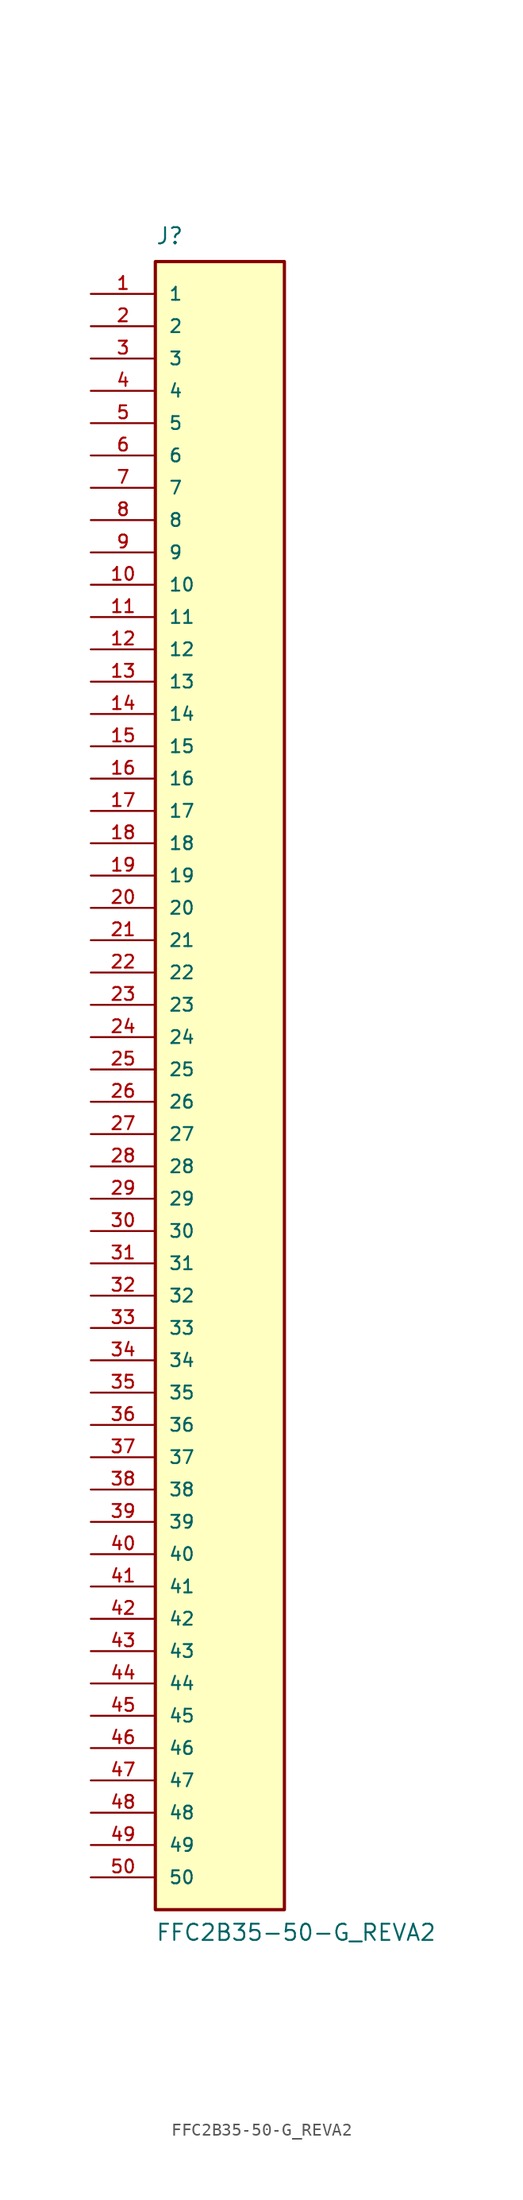
<source format=kicad_sym>
(kicad_symbol_lib
  (version 20211014)
  (generator kicad_symbol_editor)
  (symbol "FFC2B35-50-G_REVA2"
    (pin_names
      (offset 1.016))
    (property "Reference" "J"
      (at -5.08 67.31 0)
      (effects (font (size 1.27 1.27)) (justify bottom left)))
    (property "Value" "FFC2B35-50-G_REVA2"
      (at -5.08 -66.04 0)
      (effects (font (size 1.27 1.27)) (justify bottom left)))
    (symbol "FFC2B35-50-G_REVA2_0_0"
      (rectangle (start -5.08 -63.5) (end 5.08 66.04) (stroke (width 0.254)) (fill (type background)))
      (pin passive line (at -10.16 63.5 0) (length 5.08) (name "1" (effects (font (size 1.016 1.016)))) (number "1" (effects (font (size 1.016 1.016)))))
      (pin passive line (at -10.16 60.96 0) (length 5.08) (name "2" (effects (font (size 1.016 1.016)))) (number "2" (effects (font (size 1.016 1.016)))))
      (pin passive line (at -10.16 58.42 0) (length 5.08) (name "3" (effects (font (size 1.016 1.016)))) (number "3" (effects (font (size 1.016 1.016)))))
      (pin passive line (at -10.16 55.88 0) (length 5.08) (name "4" (effects (font (size 1.016 1.016)))) (number "4" (effects (font (size 1.016 1.016)))))
      (pin passive line (at -10.16 53.34 0) (length 5.08) (name "5" (effects (font (size 1.016 1.016)))) (number "5" (effects (font (size 1.016 1.016)))))
      (pin passive line (at -10.16 50.8 0) (length 5.08) (name "6" (effects (font (size 1.016 1.016)))) (number "6" (effects (font (size 1.016 1.016)))))
      (pin passive line (at -10.16 48.26 0) (length 5.08) (name "7" (effects (font (size 1.016 1.016)))) (number "7" (effects (font (size 1.016 1.016)))))
      (pin passive line (at -10.16 45.72 0) (length 5.08) (name "8" (effects (font (size 1.016 1.016)))) (number "8" (effects (font (size 1.016 1.016)))))
      (pin passive line (at -10.16 43.18 0) (length 5.08) (name "9" (effects (font (size 1.016 1.016)))) (number "9" (effects (font (size 1.016 1.016)))))
      (pin passive line (at -10.16 40.64 0) (length 5.08) (name "10" (effects (font (size 1.016 1.016)))) (number "10" (effects (font (size 1.016 1.016)))))
      (pin passive line (at -10.16 38.1 0) (length 5.08) (name "11" (effects (font (size 1.016 1.016)))) (number "11" (effects (font (size 1.016 1.016)))))
      (pin passive line (at -10.16 35.56 0) (length 5.08) (name "12" (effects (font (size 1.016 1.016)))) (number "12" (effects (font (size 1.016 1.016)))))
      (pin passive line (at -10.16 33.02 0) (length 5.08) (name "13" (effects (font (size 1.016 1.016)))) (number "13" (effects (font (size 1.016 1.016)))))
      (pin passive line (at -10.16 30.48 0) (length 5.08) (name "14" (effects (font (size 1.016 1.016)))) (number "14" (effects (font (size 1.016 1.016)))))
      (pin passive line (at -10.16 27.94 0) (length 5.08) (name "15" (effects (font (size 1.016 1.016)))) (number "15" (effects (font (size 1.016 1.016)))))
      (pin passive line (at -10.16 25.4 0) (length 5.08) (name "16" (effects (font (size 1.016 1.016)))) (number "16" (effects (font (size 1.016 1.016)))))
      (pin passive line (at -10.16 22.86 0) (length 5.08) (name "17" (effects (font (size 1.016 1.016)))) (number "17" (effects (font (size 1.016 1.016)))))
      (pin passive line (at -10.16 20.32 0) (length 5.08) (name "18" (effects (font (size 1.016 1.016)))) (number "18" (effects (font (size 1.016 1.016)))))
      (pin passive line (at -10.16 17.78 0) (length 5.08) (name "19" (effects (font (size 1.016 1.016)))) (number "19" (effects (font (size 1.016 1.016)))))
      (pin passive line (at -10.16 15.24 0) (length 5.08) (name "20" (effects (font (size 1.016 1.016)))) (number "20" (effects (font (size 1.016 1.016)))))
      (pin passive line (at -10.16 12.7 0) (length 5.08) (name "21" (effects (font (size 1.016 1.016)))) (number "21" (effects (font (size 1.016 1.016)))))
      (pin passive line (at -10.16 10.16 0) (length 5.08) (name "22" (effects (font (size 1.016 1.016)))) (number "22" (effects (font (size 1.016 1.016)))))
      (pin passive line (at -10.16 7.62 0) (length 5.08) (name "23" (effects (font (size 1.016 1.016)))) (number "23" (effects (font (size 1.016 1.016)))))
      (pin passive line (at -10.16 5.08 0) (length 5.08) (name "24" (effects (font (size 1.016 1.016)))) (number "24" (effects (font (size 1.016 1.016)))))
      (pin passive line (at -10.16 2.54 0) (length 5.08) (name "25" (effects (font (size 1.016 1.016)))) (number "25" (effects (font (size 1.016 1.016)))))
      (pin passive line (at -10.16 0.0 0) (length 5.08) (name "26" (effects (font (size 1.016 1.016)))) (number "26" (effects (font (size 1.016 1.016)))))
      (pin passive line (at -10.16 -2.54 0) (length 5.08) (name "27" (effects (font (size 1.016 1.016)))) (number "27" (effects (font (size 1.016 1.016)))))
      (pin passive line (at -10.16 -5.08 0) (length 5.08) (name "28" (effects (font (size 1.016 1.016)))) (number "28" (effects (font (size 1.016 1.016)))))
      (pin passive line (at -10.16 -7.62 0) (length 5.08) (name "29" (effects (font (size 1.016 1.016)))) (number "29" (effects (font (size 1.016 1.016)))))
      (pin passive line (at -10.16 -10.16 0) (length 5.08) (name "30" (effects (font (size 1.016 1.016)))) (number "30" (effects (font (size 1.016 1.016)))))
      (pin passive line (at -10.16 -12.7 0) (length 5.08) (name "31" (effects (font (size 1.016 1.016)))) (number "31" (effects (font (size 1.016 1.016)))))
      (pin passive line (at -10.16 -15.24 0) (length 5.08) (name "32" (effects (font (size 1.016 1.016)))) (number "32" (effects (font (size 1.016 1.016)))))
      (pin passive line (at -10.16 -17.78 0) (length 5.08) (name "33" (effects (font (size 1.016 1.016)))) (number "33" (effects (font (size 1.016 1.016)))))
      (pin passive line (at -10.16 -20.32 0) (length 5.08) (name "34" (effects (font (size 1.016 1.016)))) (number "34" (effects (font (size 1.016 1.016)))))
      (pin passive line (at -10.16 -22.86 0) (length 5.08) (name "35" (effects (font (size 1.016 1.016)))) (number "35" (effects (font (size 1.016 1.016)))))
      (pin passive line (at -10.16 -25.4 0) (length 5.08) (name "36" (effects (font (size 1.016 1.016)))) (number "36" (effects (font (size 1.016 1.016)))))
      (pin passive line (at -10.16 -27.94 0) (length 5.08) (name "37" (effects (font (size 1.016 1.016)))) (number "37" (effects (font (size 1.016 1.016)))))
      (pin passive line (at -10.16 -30.48 0) (length 5.08) (name "38" (effects (font (size 1.016 1.016)))) (number "38" (effects (font (size 1.016 1.016)))))
      (pin passive line (at -10.16 -33.02 0) (length 5.08) (name "39" (effects (font (size 1.016 1.016)))) (number "39" (effects (font (size 1.016 1.016)))))
      (pin passive line (at -10.16 -35.56 0) (length 5.08) (name "40" (effects (font (size 1.016 1.016)))) (number "40" (effects (font (size 1.016 1.016)))))
      (pin passive line (at -10.16 -38.1 0) (length 5.08) (name "41" (effects (font (size 1.016 1.016)))) (number "41" (effects (font (size 1.016 1.016)))))
      (pin passive line (at -10.16 -40.64 0) (length 5.08) (name "42" (effects (font (size 1.016 1.016)))) (number "42" (effects (font (size 1.016 1.016)))))
      (pin passive line (at -10.16 -43.18 0) (length 5.08) (name "43" (effects (font (size 1.016 1.016)))) (number "43" (effects (font (size 1.016 1.016)))))
      (pin passive line (at -10.16 -45.72 0) (length 5.08) (name "44" (effects (font (size 1.016 1.016)))) (number "44" (effects (font (size 1.016 1.016)))))
      (pin passive line (at -10.16 -48.26 0) (length 5.08) (name "45" (effects (font (size 1.016 1.016)))) (number "45" (effects (font (size 1.016 1.016)))))
      (pin passive line (at -10.16 -50.8 0) (length 5.08) (name "46" (effects (font (size 1.016 1.016)))) (number "46" (effects (font (size 1.016 1.016)))))
      (pin passive line (at -10.16 -53.34 0) (length 5.08) (name "47" (effects (font (size 1.016 1.016)))) (number "47" (effects (font (size 1.016 1.016)))))
      (pin passive line (at -10.16 -55.88 0) (length 5.08) (name "48" (effects (font (size 1.016 1.016)))) (number "48" (effects (font (size 1.016 1.016)))))
      (pin passive line (at -10.16 -58.42 0) (length 5.08) (name "49" (effects (font (size 1.016 1.016)))) (number "49" (effects (font (size 1.016 1.016)))))
      (pin passive line (at -10.16 -60.96 0) (length 5.08) (name "50" (effects (font (size 1.016 1.016)))) (number "50" (effects (font (size 1.016 1.016))))))))
</source>
